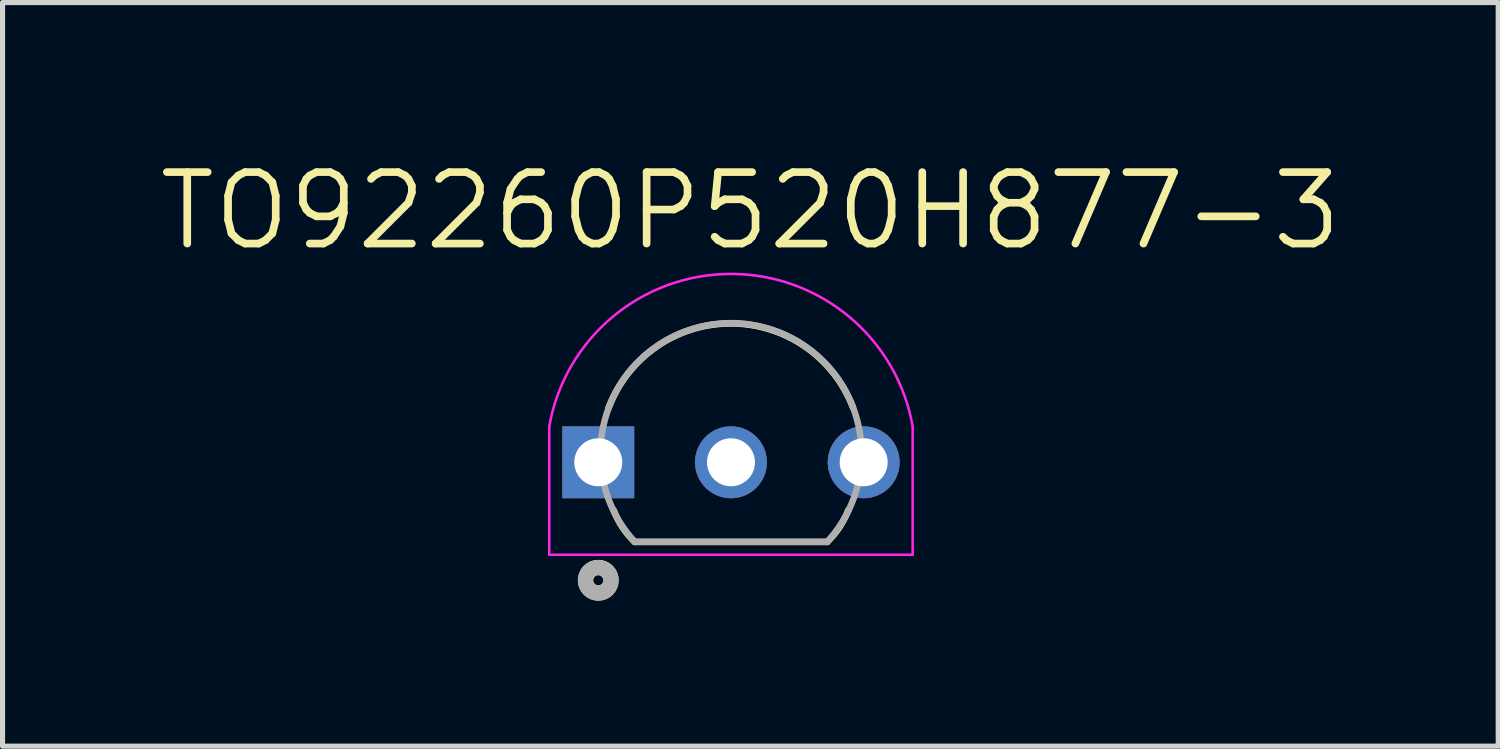
<source format=kicad_pcb>
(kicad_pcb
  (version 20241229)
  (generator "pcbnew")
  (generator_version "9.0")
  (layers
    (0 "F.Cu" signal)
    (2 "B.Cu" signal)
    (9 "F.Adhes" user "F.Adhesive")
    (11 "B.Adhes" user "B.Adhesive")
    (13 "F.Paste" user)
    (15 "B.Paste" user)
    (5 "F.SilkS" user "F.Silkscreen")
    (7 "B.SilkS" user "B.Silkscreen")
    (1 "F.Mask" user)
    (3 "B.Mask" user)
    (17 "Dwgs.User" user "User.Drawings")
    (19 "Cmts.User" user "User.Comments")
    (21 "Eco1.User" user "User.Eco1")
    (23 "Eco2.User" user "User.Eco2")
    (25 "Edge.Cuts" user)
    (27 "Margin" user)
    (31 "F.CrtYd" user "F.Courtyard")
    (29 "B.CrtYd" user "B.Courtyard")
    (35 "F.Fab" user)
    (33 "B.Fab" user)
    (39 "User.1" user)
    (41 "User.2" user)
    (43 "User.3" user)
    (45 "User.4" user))
  (footprint "TO92260P520H877-3"
    (layer "F.Cu")
    (at 11.271 5.019)
    (property "Reference" "TO92260P520H877-3" (at 0.381 -3.937 0) (layer "F.SilkS") (effects (font (size 1.4 1.4) (thickness 0.15))))
    (attr through_hole)
    (fp_line (start -1.886 2.548) (end 1.886 2.548) (stroke (width 0.127) (type solid)) (layer "F.SilkS"))
    (fp_arc (start -2.401999 -0.066999) (mid -0.014095 -1.732087) (end 2.389 -0.089) (stroke (width 0.127) (type solid)) (layer "F.SilkS"))
    (fp_arc (start -1.886 2.548) (mid -2.127115 2.25917) (end -2.3 1.925) (stroke (width 0.127) (type solid)) (layer "F.SilkS"))
    (fp_arc (start 2.299 1.925) (mid 2.126615 2.259115) (end 1.886 2.548) (stroke (width 0.127) (type solid)) (layer "F.SilkS"))
    (fp_circle (center -2.6 3.3) (end -2.5 3.3) (stroke (width 0.3) (type solid)) (fill no) (layer "F.SilkS"))
    (fp_line (start -3.56 2.8) (end -3.56 0.285) (stroke (width 0.05) (type solid)) (layer "F.CrtYd"))
    (fp_line (start -3.56 2.8) (end 3.56 2.8) (stroke (width 0.05) (type solid)) (layer "F.CrtYd"))
    (fp_line (start 3.56 2.8) (end 3.56 0.285) (stroke (width 0.05) (type solid)) (layer "F.CrtYd"))
    (fp_arc (start -3.56 0.285) (mid 0 -2.702195) (end 3.56 0.285) (stroke (width 0.05) (type solid)) (layer "F.CrtYd"))
    (fp_line (start -1.886 2.548) (end 1.886 2.548) (stroke (width 0.127) (type solid)) (layer "F.Fab"))
    (fp_arc (start -1.886 2.548) (mid 0 -1.738262) (end 1.886 2.548) (stroke (width 0.127) (type solid)) (layer "F.Fab"))
    (fp_circle (center -2.6 3.3) (end -2.5 3.3) (stroke (width 0.3) (type solid)) (fill no) (layer "F.Fab"))
    (pad "1" thru_hole rect (at -2.6 0.988) (size 1.41 1.41) (drill 0.94) (layers "*.Cu" "*.Mask"))
    (pad "2" thru_hole circle (at 0 0.988) (size 1.41 1.41) (drill 0.94) (layers "*.Cu" "*.Mask"))
    (pad "3" thru_hole circle (at 2.6 0.988) (size 1.41 1.41) (drill 0.94) (layers "*.Cu" "*.Mask")))
  (gr_rect
    (start -3 -3)
    (end 26.303 11.569)
    (stroke (width 0.1) (type default))
    (fill no)
    (layer "Edge.Cuts")))
</source>
